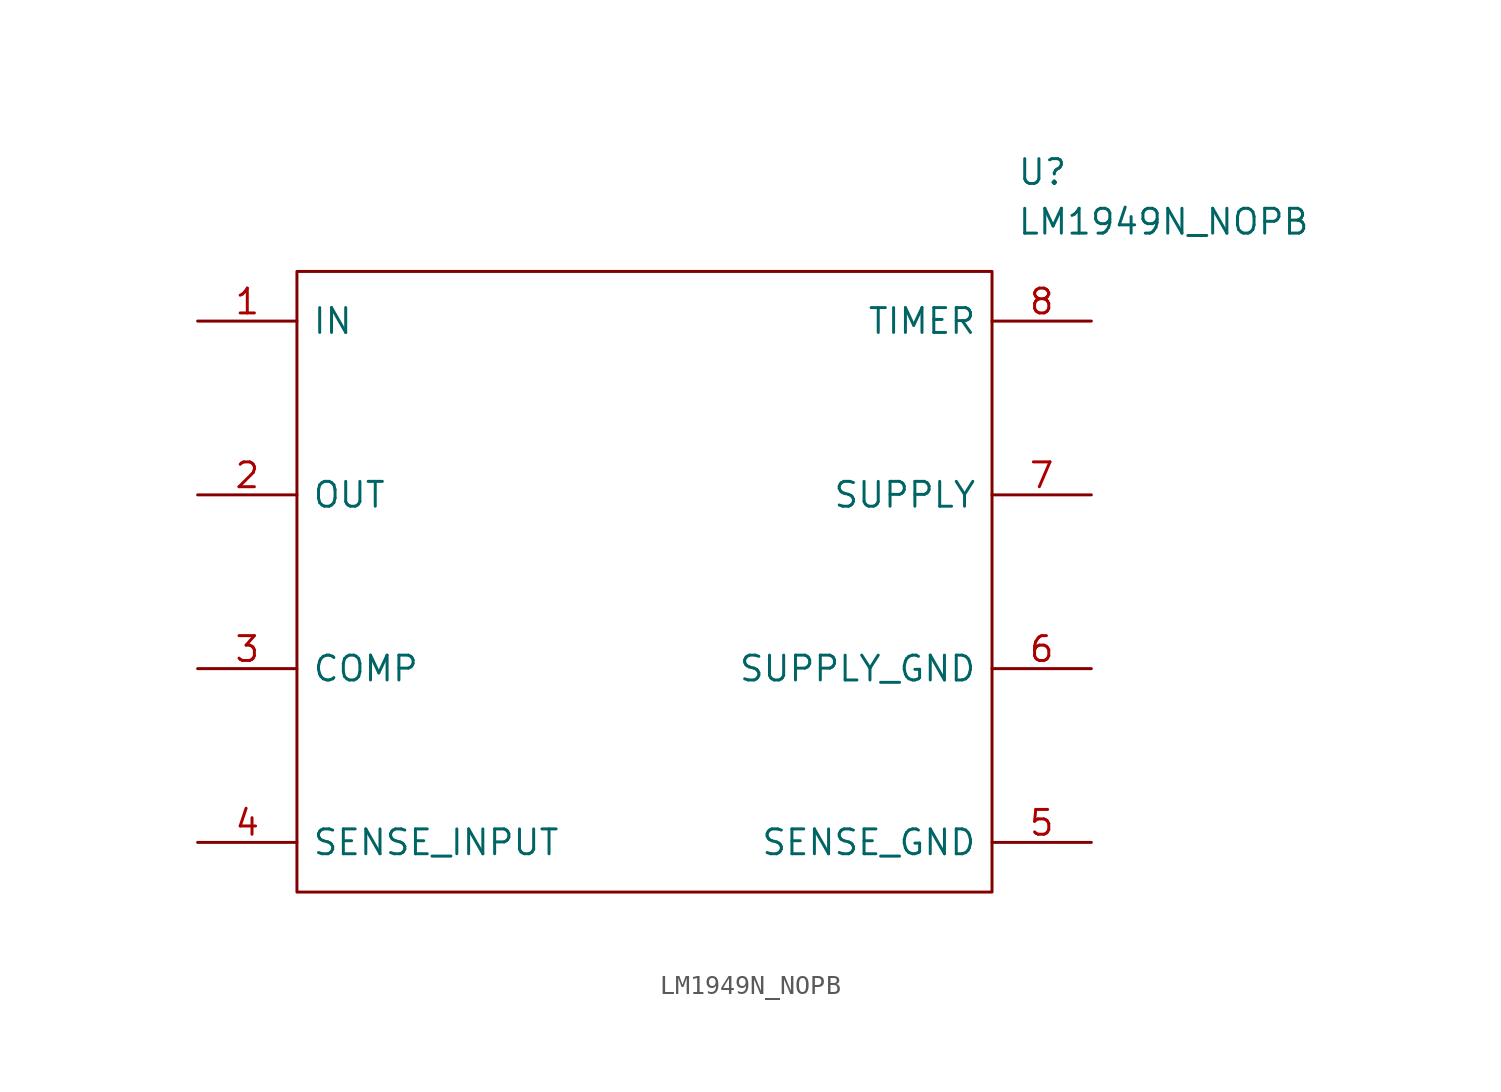
<source format=kicad_sym>
(kicad_symbol_lib
  (version 20211014)
  (generator kicad_symbol_editor)
  (symbol "LM1949N_NOPB"
    (pin_names
      (offset 0.762))
    (property "Reference" "U"
      (at 41.91 7.62 0)
      (effects (font (size 1.27 1.27)) (justify left)))
    (property "Value" "LM1949N_NOPB"
      (at 41.91 5.08 0)
      (effects (font (size 1.27 1.27)) (justify left)))
    (symbol "LM1949N_NOPB_0_0"
      (pin input line (at 0 0 0) (length 5.08) (name "IN" (effects (font (size 1.27 1.27)))) (number "1" (effects (font (size 1.27 1.27)))))
      (pin output line (at 0 -8.89 0) (length 5.08) (name "OUT" (effects (font (size 1.27 1.27)))) (number "2" (effects (font (size 1.27 1.27)))))
      (pin passive line (at 0 -17.78 0) (length 5.08) (name "COMP" (effects (font (size 1.27 1.27)))) (number "3" (effects (font (size 1.27 1.27)))))
      (pin passive line (at 0 -26.67 0) (length 5.08) (name "SENSE_INPUT" (effects (font (size 1.27 1.27)))) (number "4" (effects (font (size 1.27 1.27)))))
      (pin passive line (at 45.72 -26.67 180) (length 5.08) (name "SENSE_GND" (effects (font (size 1.27 1.27)))) (number "5" (effects (font (size 1.27 1.27)))))
      (pin passive line (at 45.72 -17.78 180) (length 5.08) (name "SUPPLY_GND" (effects (font (size 1.27 1.27)))) (number "6" (effects (font (size 1.27 1.27)))))
      (pin power_in line (at 45.72 -8.89 180) (length 5.08) (name "SUPPLY" (effects (font (size 1.27 1.27)))) (number "7" (effects (font (size 1.27 1.27)))))
      (pin power_in line (at 45.72 0 180) (length 5.08) (name "TIMER" (effects (font (size 1.27 1.27)))) (number "8" (effects (font (size 1.27 1.27))))))
    (symbol "LM1949N_NOPB_0_1"
      (polyline (pts (xy 5.08 2.54) (xy 40.64 2.54) (xy 40.64 -29.21) (xy 5.08 -29.21) (xy 5.08 2.54)) (stroke (width 0.152) (type default) (color 0 0 0 0)) (fill (type none))))))
</source>
